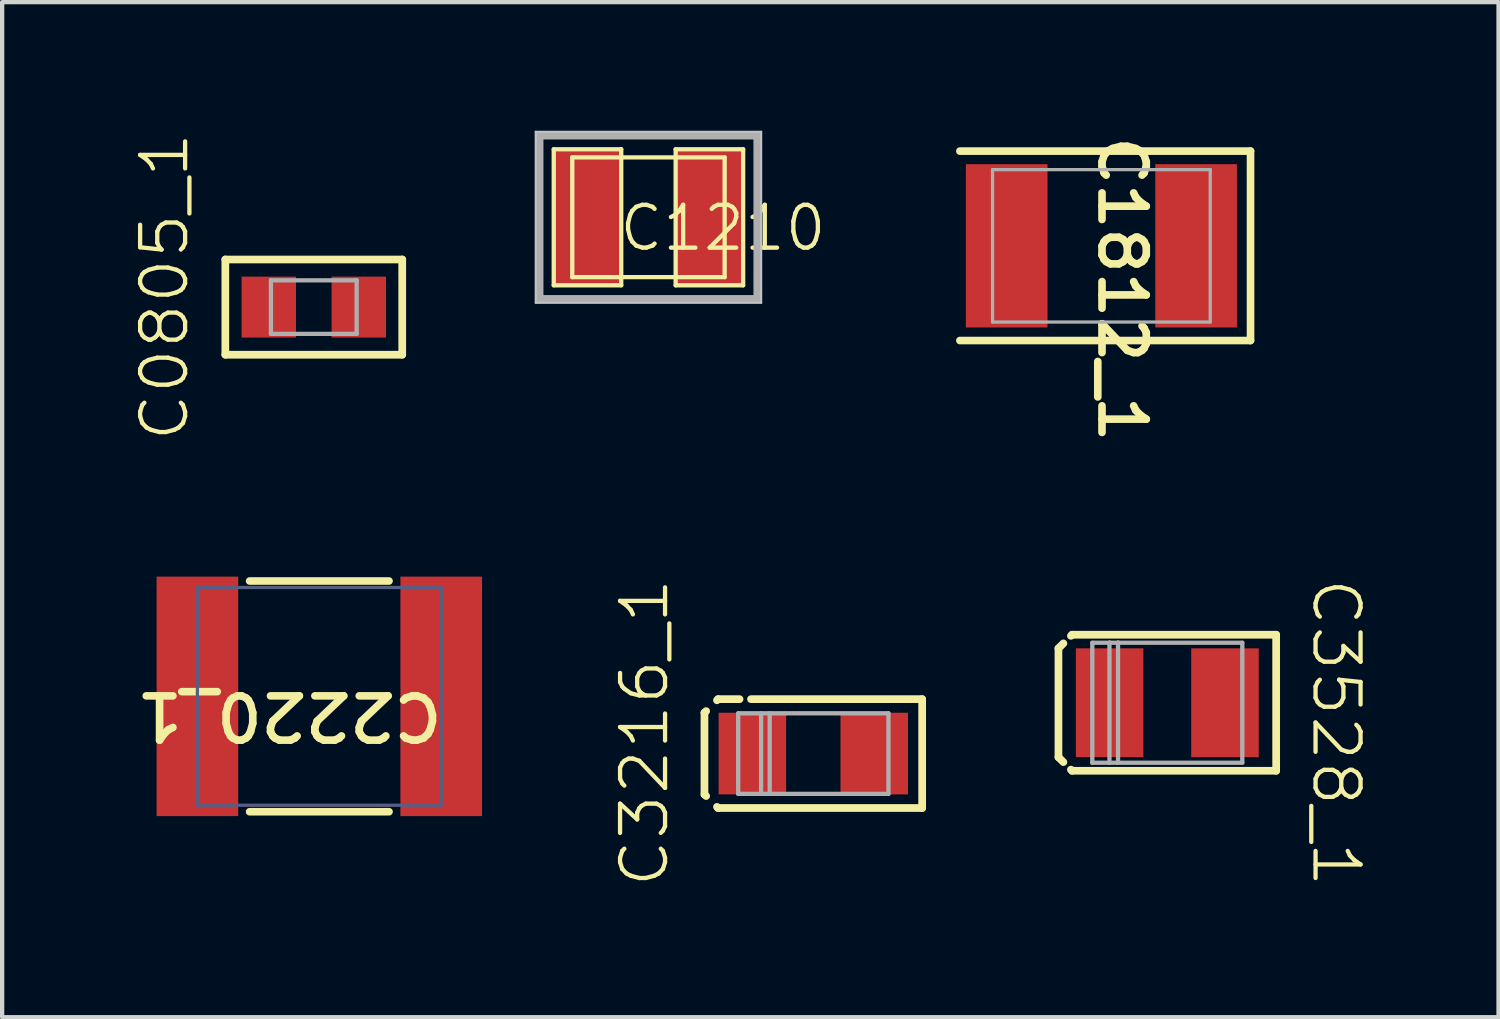
<source format=kicad_pcb>
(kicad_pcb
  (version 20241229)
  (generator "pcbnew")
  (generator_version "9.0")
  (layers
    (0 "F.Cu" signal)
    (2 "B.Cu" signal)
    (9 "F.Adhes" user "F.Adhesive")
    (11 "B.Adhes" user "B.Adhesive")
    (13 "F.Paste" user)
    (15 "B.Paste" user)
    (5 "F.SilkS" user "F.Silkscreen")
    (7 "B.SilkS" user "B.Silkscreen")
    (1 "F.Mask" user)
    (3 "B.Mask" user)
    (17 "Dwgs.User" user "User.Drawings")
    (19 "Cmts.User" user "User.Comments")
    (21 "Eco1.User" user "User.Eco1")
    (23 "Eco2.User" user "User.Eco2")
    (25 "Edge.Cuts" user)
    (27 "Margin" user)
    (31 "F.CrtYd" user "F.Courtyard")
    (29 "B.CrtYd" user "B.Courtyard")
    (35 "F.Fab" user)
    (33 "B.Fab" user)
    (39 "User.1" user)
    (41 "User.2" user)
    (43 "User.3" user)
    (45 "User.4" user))
  (footprint "C1812_1"
    (layer "F.Cu")
    (at 22.65 2.686)
    (property "Reference" "C1812_1" (at 0.483 1.016 270) (unlocked yes) (layer "F.SilkS") (effects (font (size 1.033 1.087) (thickness 0.178))))
    (attr smd)
    (fp_line (start -3.302 -2.21) (end 3.48 -2.21) (stroke (width 0.178) (type solid)) (layer "F.SilkS"))
    (fp_line (start -3.302 2.21) (end 3.48 2.21) (stroke (width 0.178) (type solid)) (layer "F.SilkS"))
    (fp_line (start 3.48 2.21) (end 3.48 -2.21) (stroke (width 0.178) (type solid)) (layer "F.SilkS"))
    (fp_line (start -2.54 -1.778) (end 2.54 -1.778) (stroke (width 0.076) (type solid)) (layer "F.Fab"))
    (fp_line (start -2.54 1.778) (end -2.54 -1.778) (stroke (width 0.076) (type solid)) (layer "F.Fab"))
    (fp_line (start -2.54 1.778) (end 2.54 1.778) (stroke (width 0.076) (type solid)) (layer "F.Fab"))
    (fp_line (start 2.54 1.778) (end 2.54 -1.778) (stroke (width 0.076) (type solid)) (layer "F.Fab"))
    (pad "1" smd rect (at -2.21 0) (size 1.905 3.81) (layers "F.Cu" "F.Mask" "F.Paste"))
    (pad "2" smd rect (at 2.21 0) (size 1.905 3.81) (layers "F.Cu" "F.Mask" "F.Paste")))
  (footprint "C3216_1"
    (layer "F.Cu")
    (at 15.928 14.534)
    (property "Reference" "C3216_1" (at -3.94 -0.488 90) (unlocked yes) (layer "F.SilkS") (effects (font (size 1.05 1.104) (thickness 0.1))))
    (attr smd)
    (fp_line (start -2.54 -0.953) (end -2.501 -0.991) (stroke (width 0.18) (type solid)) (layer "F.SilkS"))
    (fp_line (start -2.54 0.953) (end -2.54 -0.953) (stroke (width 0.18) (type solid)) (layer "F.SilkS"))
    (fp_line (start -2.54 0.953) (end -2.501 0.991) (stroke (width 0.18) (type solid)) (layer "F.SilkS"))
    (fp_line (start -2.248 -1.244) (end -2.223 -1.27) (stroke (width 0.18) (type solid)) (layer "F.SilkS"))
    (fp_line (start -2.248 1.244) (end -2.223 1.27) (stroke (width 0.18) (type solid)) (layer "F.SilkS"))
    (fp_line (start -2.223 -1.27) (end -1.721 -1.27) (stroke (width 0.18) (type solid)) (layer "F.SilkS"))
    (fp_line (start -2.223 1.27) (end 2.54 1.27) (stroke (width 0.18) (type solid)) (layer "F.SilkS"))
    (fp_line (start -1.454 -1.27) (end 2.54 -1.27) (stroke (width 0.18) (type solid)) (layer "F.SilkS"))
    (fp_line (start 2.54 1.27) (end 2.54 -1.27) (stroke (width 0.18) (type solid)) (layer "F.SilkS"))
    (fp_line (start -1.753 -0.94) (end 1.753 -0.94) (stroke (width 0.1) (type solid)) (layer "F.Fab"))
    (fp_line (start -1.753 0.94) (end -1.753 -0.94) (stroke (width 0.1) (type solid)) (layer "F.Fab"))
    (fp_line (start -1.753 0.94) (end 1.753 0.94) (stroke (width 0.1) (type solid)) (layer "F.Fab"))
    (fp_line (start -1.218 0.94) (end -1.218 -0.94) (stroke (width 0.1) (type solid)) (layer "F.Fab"))
    (fp_line (start -1.018 0.94) (end -1.018 -0.94) (stroke (width 0.1) (type solid)) (layer "F.Fab"))
    (fp_line (start 1.753 0.94) (end 1.753 -0.94) (stroke (width 0.1) (type solid)) (layer "F.Fab"))
    (pad "+" smd rect (at -1.422 0) (size 1.575 1.905) (layers "F.Cu" "F.Mask" "F.Paste"))
    (pad "-" smd rect (at 1.422 0) (size 1.575 1.905) (layers "F.Cu" "F.Mask" "F.Paste")))
  (footprint "C2220_1"
    (layer "F.Cu")
    (at 4.401 13.199)
    (property "Reference" "C2220_1" (at -0.699 0.457 180) (unlocked yes) (layer "F.SilkS") (effects (font (size 1.033 1.087) (thickness 0.178))))
    (attr smd)
    (fp_line (start -1.626 -2.692) (end 1.626 -2.692) (stroke (width 0.178) (type solid)) (layer "F.SilkS"))
    (fp_line (start -1.626 2.692) (end 1.626 2.692) (stroke (width 0.178) (type solid)) (layer "F.SilkS"))
    (fp_line (start -2.845 -2.54) (end 2.845 -2.54) (stroke (width 0.076) (type solid)) (layer "B.Fab"))
    (fp_line (start -2.845 2.54) (end -2.845 -2.54) (stroke (width 0.076) (type solid)) (layer "B.Fab"))
    (fp_line (start -2.845 2.54) (end 2.845 2.54) (stroke (width 0.076) (type solid)) (layer "B.Fab"))
    (fp_line (start 2.845 2.54) (end 2.845 -2.54) (stroke (width 0.076) (type solid)) (layer "B.Fab"))
    (pad "1" smd rect (at -2.845 0 180) (size 1.905 5.588) (layers "F.Cu" "F.Mask" "F.Paste"))
    (pad "2" smd rect (at 2.845 0 180) (size 1.905 5.588) (layers "F.Cu" "F.Mask" "F.Paste")))
  (footprint "C1210"
    (placed yes)
    (layer "F.Cu")
    (at 12.081 2.02)
    (property "Reference" "C1210" (at -0.732 0.836 0) (layer "F.SilkS") (effects (font (size 1 1) (thickness 0.1)) (justify left bottom)))
    (attr through_hole)
    (fp_line (start -2.21 -1.587) (end -0.635 -1.587) (stroke (width 0.1) (type solid)) (layer "F.SilkS"))
    (fp_line (start -2.21 1.587) (end -2.21 -1.587) (stroke (width 0.1) (type solid)) (layer "F.SilkS"))
    (fp_line (start -1.778 -1.397) (end -1.778 1.397) (stroke (width 0.1) (type solid)) (layer "F.SilkS"))
    (fp_line (start -1.778 1.397) (end 1.778 1.397) (stroke (width 0.1) (type solid)) (layer "F.SilkS"))
    (fp_line (start -0.635 -1.587) (end -0.635 1.587) (stroke (width 0.1) (type solid)) (layer "F.SilkS"))
    (fp_line (start -0.635 1.587) (end -2.21 1.587) (stroke (width 0.1) (type solid)) (layer "F.SilkS"))
    (fp_line (start 0.635 -1.587) (end 2.21 -1.587) (stroke (width 0.1) (type solid)) (layer "F.SilkS"))
    (fp_line (start 0.635 1.587) (end 0.635 -1.587) (stroke (width 0.1) (type solid)) (layer "F.SilkS"))
    (fp_line (start 1.778 -1.397) (end -1.778 -1.397) (stroke (width 0.1) (type solid)) (layer "F.SilkS"))
    (fp_line (start 1.778 1.397) (end 1.778 -1.397) (stroke (width 0.1) (type solid)) (layer "F.SilkS"))
    (fp_line (start 2.21 -1.587) (end 2.21 1.587) (stroke (width 0.1) (type solid)) (layer "F.SilkS"))
    (fp_line (start 2.21 1.587) (end 0.635 1.587) (stroke (width 0.1) (type solid)) (layer "F.SilkS"))
    (fp_line (start -2.63 -1.995) (end 2.63 -1.995) (stroke (width 0.05) (type solid)) (layer "Dwgs.User"))
    (fp_line (start -2.63 1.995) (end -2.63 -1.995) (stroke (width 0.05) (type solid)) (layer "Dwgs.User"))
    (fp_line (start 2.63 -1.995) (end 2.63 1.995) (stroke (width 0.05) (type solid)) (layer "Dwgs.User"))
    (fp_line (start 2.63 1.995) (end -2.63 1.995) (stroke (width 0.05) (type solid)) (layer "Dwgs.User"))
    (fp_line (start -2.54 -1.905) (end -2.54 1.905) (stroke (width 0.18) (type solid)) (layer "F.Fab"))
    (fp_line (start -2.54 1.905) (end 2.54 1.905) (stroke (width 0.18) (type solid)) (layer "F.Fab"))
    (fp_line (start 2.54 -1.905) (end -2.54 -1.905) (stroke (width 0.18) (type solid)) (layer "F.Fab"))
    (fp_line (start 2.54 1.905) (end 2.54 -1.905) (stroke (width 0.18) (type solid)) (layer "F.Fab"))
    (fp_poly (pts (xy -2.54 -1.905) (xy 2.54 -1.905) (xy 2.54 1.905) (xy -2.54 1.905) (xy -2.54 -1.905)) (stroke (width 0.02) (type solid)) (fill no) (layer "F.Fab"))
    (pad "1" smd rect (at -1.422 0) (size 1.575 3.175) (layers "F.Cu" "F.Mask" "F.Paste"))
    (pad "2" smd rect (at 1.422 0) (size 1.575 3.175) (layers "F.Cu" "F.Mask" "F.Paste")))
  (footprint "C0805_1"
    (layer "F.Cu")
    (at 4.272 4.116)
    (property "Reference" "C0805_1" (at -3.483 -0.476 90) (unlocked yes) (layer "F.SilkS") (effects (font (size 1.05 1.104) (thickness 0.1))))
    (attr smd)
    (fp_line (start -2.064 -1.111) (end 2.064 -1.111) (stroke (width 0.18) (type solid)) (layer "F.SilkS"))
    (fp_line (start -2.064 1.111) (end -2.064 -1.111) (stroke (width 0.18) (type solid)) (layer "F.SilkS"))
    (fp_line (start -2.064 1.111) (end 2.064 1.111) (stroke (width 0.18) (type solid)) (layer "F.SilkS"))
    (fp_line (start 2.064 1.111) (end 2.064 -1.111) (stroke (width 0.18) (type solid)) (layer "F.SilkS"))
    (fp_line (start -1 -0.625) (end 1 -0.625) (stroke (width 0.1) (type solid)) (layer "F.Fab"))
    (fp_line (start -1 0.625) (end -1 -0.625) (stroke (width 0.1) (type solid)) (layer "F.Fab"))
    (fp_line (start -1 0.625) (end 1 0.625) (stroke (width 0.1) (type solid)) (layer "F.Fab"))
    (fp_line (start 1 0.625) (end 1 -0.625) (stroke (width 0.1) (type solid)) (layer "F.Fab"))
    (pad "1" smd rect (at -1.05 0) (size 1.27 1.422) (layers "F.Cu" "F.Mask" "F.Paste"))
    (pad "2" smd rect (at 1.05 0) (size 1.27 1.422) (layers "F.Cu" "F.Mask" "F.Paste")))
  (footprint "C3528_1"
    (layer "F.Cu")
    (at 24.188 13.348)
    (property "Reference" "C3528_1" (at 3.94 0.698 270) (unlocked yes) (layer "F.SilkS") (effects (font (size 1.05 1.104) (thickness 0.1))))
    (attr smd)
    (fp_line (start -2.54 -1.27) (end -2.425 -1.385) (stroke (width 0.18) (type solid)) (layer "F.SilkS"))
    (fp_line (start -2.54 1.27) (end -2.54 -1.27) (stroke (width 0.18) (type solid)) (layer "F.SilkS"))
    (fp_line (start -2.54 1.27) (end -2.425 1.385) (stroke (width 0.18) (type solid)) (layer "F.SilkS"))
    (fp_line (start -2.249 -1.561) (end -2.223 -1.587) (stroke (width 0.18) (type solid)) (layer "F.SilkS"))
    (fp_line (start -2.249 1.561) (end -2.223 1.587) (stroke (width 0.18) (type solid)) (layer "F.SilkS"))
    (fp_line (start -2.223 -1.587) (end 2.54 -1.587) (stroke (width 0.18) (type solid)) (layer "F.SilkS"))
    (fp_line (start -2.223 1.587) (end 2.54 1.587) (stroke (width 0.18) (type solid)) (layer "F.SilkS"))
    (fp_line (start 2.54 1.587) (end 2.54 -1.587) (stroke (width 0.18) (type solid)) (layer "F.SilkS"))
    (fp_line (start -1.75 -1.4) (end 1.75 -1.4) (stroke (width 0.1) (type solid)) (layer "F.Fab"))
    (fp_line (start -1.75 1.4) (end -1.75 -1.4) (stroke (width 0.1) (type solid)) (layer "F.Fab"))
    (fp_line (start -1.75 1.4) (end 1.75 1.4) (stroke (width 0.1) (type solid)) (layer "F.Fab"))
    (fp_line (start -1.36 1.4) (end -1.36 1.397) (stroke (width 0.1) (type solid)) (layer "F.Fab"))
    (fp_line (start -1.36 1.4) (end -1.35 1.4) (stroke (width 0.1) (type solid)) (layer "F.Fab"))
    (fp_line (start -1.35 -1.4) (end -1.34 -1.4) (stroke (width 0.1) (type solid)) (layer "F.Fab"))
    (fp_line (start -1.35 1.4) (end -1.35 -1.4) (stroke (width 0.1) (type solid)) (layer "F.Fab"))
    (fp_line (start -1.34 -1.397) (end -1.34 -1.4) (stroke (width 0.1) (type solid)) (layer "F.Fab"))
    (fp_line (start -1.16 1.4) (end -1.16 1.397) (stroke (width 0.1) (type solid)) (layer "F.Fab"))
    (fp_line (start -1.16 1.4) (end -1.15 1.4) (stroke (width 0.1) (type solid)) (layer "F.Fab"))
    (fp_line (start -1.15 -1.4) (end -1.14 -1.4) (stroke (width 0.1) (type solid)) (layer "F.Fab"))
    (fp_line (start -1.15 1.4) (end -1.15 -1.4) (stroke (width 0.1) (type solid)) (layer "F.Fab"))
    (fp_line (start -1.14 -1.397) (end -1.14 -1.4) (stroke (width 0.1) (type solid)) (layer "F.Fab"))
    (fp_line (start 1.75 1.4) (end 1.75 -1.4) (stroke (width 0.1) (type solid)) (layer "F.Fab"))
    (pad "+" smd rect (at -1.346 0) (size 1.575 2.54) (layers "F.Cu" "F.Mask" "F.Paste"))
    (pad "-" smd rect (at 1.346 0) (size 1.575 2.54) (layers "F.Cu" "F.Mask" "F.Paste")))
  (gr_rect
    (start -3 -3)
    (end 31.917 20.686)
    (stroke (width 0.1) (type default))
    (fill no)
    (layer "Edge.Cuts")))
</source>
